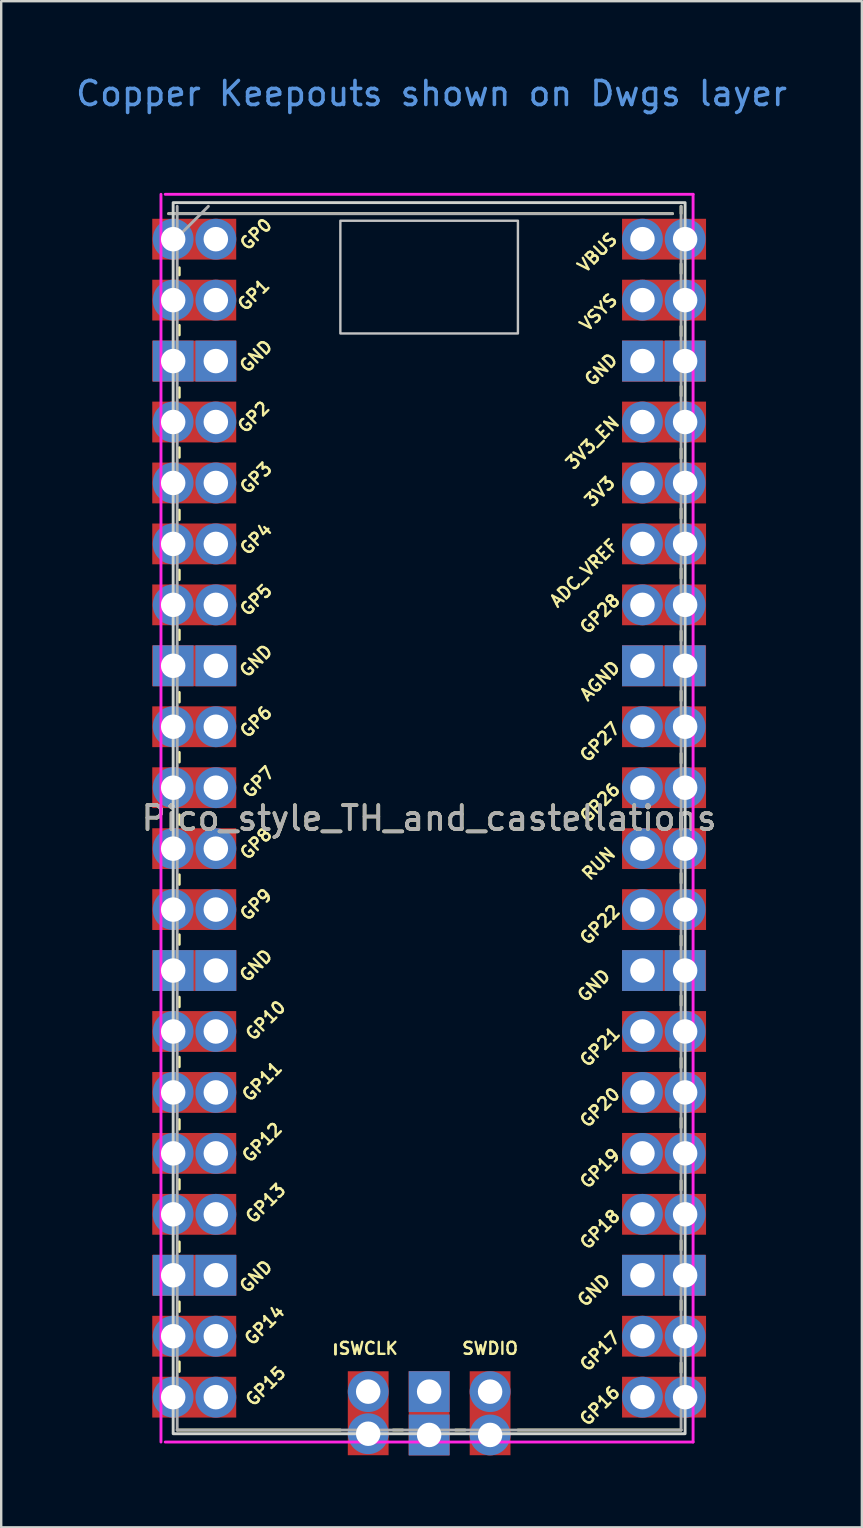
<source format=kicad_pcb>
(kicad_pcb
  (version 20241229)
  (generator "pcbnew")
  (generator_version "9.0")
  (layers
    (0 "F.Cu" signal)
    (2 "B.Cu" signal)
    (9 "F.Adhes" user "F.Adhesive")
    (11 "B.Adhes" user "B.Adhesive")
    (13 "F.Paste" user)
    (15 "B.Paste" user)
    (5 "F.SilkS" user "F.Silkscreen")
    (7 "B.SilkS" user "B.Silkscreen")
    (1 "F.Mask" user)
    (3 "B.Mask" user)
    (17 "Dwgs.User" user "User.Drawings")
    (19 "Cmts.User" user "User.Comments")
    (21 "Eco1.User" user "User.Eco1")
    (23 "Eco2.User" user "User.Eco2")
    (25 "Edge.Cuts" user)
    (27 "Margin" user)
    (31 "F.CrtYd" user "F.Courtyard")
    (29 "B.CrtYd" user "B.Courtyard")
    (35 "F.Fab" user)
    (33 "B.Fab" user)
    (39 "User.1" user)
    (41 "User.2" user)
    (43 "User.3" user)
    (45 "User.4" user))
  (footprint "Pico_style_TH_and_castellations"
    (layer "F.Cu")
    (at 14.835 31.048)
    (property "Reference" "Pico_style_TH_and_castellations" (at 0 0 0) (layer "F.SilkS") (effects (font (size 1 1) (thickness 0.15))))
    (attr through_hole)
    (fp_line (start -10.857 -25.195) (end 10.143 -25.195) (stroke (width 0.12) (type solid)) (layer "F.SilkS"))
    (fp_line (start -10.414 -22.94) (end -10.414 -22.64) (stroke (width 0.12) (type solid)) (layer "F.SilkS"))
    (fp_line (start -10.414 -20.54) (end -10.414 -20.14) (stroke (width 0.12) (type solid)) (layer "F.SilkS"))
    (fp_line (start -10.414 -17.94) (end -10.414 -17.54) (stroke (width 0.12) (type solid)) (layer "F.SilkS"))
    (fp_line (start -10.414 -15.44) (end -10.414 -15.04) (stroke (width 0.12) (type solid)) (layer "F.SilkS"))
    (fp_line (start -10.414 -12.84) (end -10.414 -12.44) (stroke (width 0.12) (type solid)) (layer "F.SilkS"))
    (fp_line (start -10.414 -10.34) (end -10.414 -9.94) (stroke (width 0.12) (type solid)) (layer "F.SilkS"))
    (fp_line (start -10.414 -7.84) (end -10.414 -7.44) (stroke (width 0.12) (type solid)) (layer "F.SilkS"))
    (fp_line (start -10.414 -5.24) (end -10.414 -4.84) (stroke (width 0.12) (type solid)) (layer "F.SilkS"))
    (fp_line (start -10.414 -2.74) (end -10.414 -2.34) (stroke (width 0.12) (type solid)) (layer "F.SilkS"))
    (fp_line (start -10.414 -0.14) (end -10.414 0.26) (stroke (width 0.12) (type solid)) (layer "F.SilkS"))
    (fp_line (start -10.414 2.36) (end -10.414 2.76) (stroke (width 0.12) (type solid)) (layer "F.SilkS"))
    (fp_line (start -10.414 4.86) (end -10.414 5.26) (stroke (width 0.12) (type solid)) (layer "F.SilkS"))
    (fp_line (start -10.414 7.46) (end -10.414 7.86) (stroke (width 0.12) (type solid)) (layer "F.SilkS"))
    (fp_line (start -10.414 9.96) (end -10.414 10.36) (stroke (width 0.12) (type solid)) (layer "F.SilkS"))
    (fp_line (start -10.414 12.56) (end -10.414 12.96) (stroke (width 0.12) (type solid)) (layer "F.SilkS"))
    (fp_line (start -10.414 15.06) (end -10.414 15.46) (stroke (width 0.12) (type solid)) (layer "F.SilkS"))
    (fp_line (start -10.414 17.66) (end -10.414 18.06) (stroke (width 0.12) (type solid)) (layer "F.SilkS"))
    (fp_line (start -10.414 20.16) (end -10.414 20.56) (stroke (width 0.12) (type solid)) (layer "F.SilkS"))
    (fp_line (start -10.414 22.66) (end -10.414 23.06) (stroke (width 0.12) (type solid)) (layer "F.SilkS"))
    (fp_line (start -3.904 21.938) (end -3.904 22.338) (stroke (width 0.12) (type solid)) (layer "F.SilkS"))
    (fp_line (start -3.7 25.5) (end -10.5 25.5) (stroke (width 0.12) (type solid)) (layer "F.SilkS"))
    (fp_line (start -1.5 25.5) (end -1.1 25.5) (stroke (width 0.12) (type solid)) (layer "F.SilkS"))
    (fp_line (start 1.1 25.5) (end 1.5 25.5) (stroke (width 0.12) (type solid)) (layer "F.SilkS"))
    (fp_line (start 10.5 -25.5) (end 10.5 -25.2) (stroke (width 0.12) (type solid)) (layer "F.SilkS"))
    (fp_line (start 10.5 -23.1) (end 10.5 -22.7) (stroke (width 0.12) (type solid)) (layer "F.SilkS"))
    (fp_line (start 10.5 -20.5) (end 10.5 -20.1) (stroke (width 0.12) (type solid)) (layer "F.SilkS"))
    (fp_line (start 10.5 -18) (end 10.5 -17.6) (stroke (width 0.12) (type solid)) (layer "F.SilkS"))
    (fp_line (start 10.5 -15.4) (end 10.5 -15) (stroke (width 0.12) (type solid)) (layer "F.SilkS"))
    (fp_line (start 10.5 -12.9) (end 10.5 -12.5) (stroke (width 0.12) (type solid)) (layer "F.SilkS"))
    (fp_line (start 10.5 -10.4) (end 10.5 -10) (stroke (width 0.12) (type solid)) (layer "F.SilkS"))
    (fp_line (start 10.5 -7.8) (end 10.5 -7.4) (stroke (width 0.12) (type solid)) (layer "F.SilkS"))
    (fp_line (start 10.5 -5.3) (end 10.5 -4.9) (stroke (width 0.12) (type solid)) (layer "F.SilkS"))
    (fp_line (start 10.5 -2.7) (end 10.5 -2.3) (stroke (width 0.12) (type solid)) (layer "F.SilkS"))
    (fp_line (start 10.5 -0.2) (end 10.5 0.2) (stroke (width 0.12) (type solid)) (layer "F.SilkS"))
    (fp_line (start 10.5 2.3) (end 10.5 2.7) (stroke (width 0.12) (type solid)) (layer "F.SilkS"))
    (fp_line (start 10.5 4.9) (end 10.5 5.3) (stroke (width 0.12) (type solid)) (layer "F.SilkS"))
    (fp_line (start 10.5 7.4) (end 10.5 7.8) (stroke (width 0.12) (type solid)) (layer "F.SilkS"))
    (fp_line (start 10.5 10) (end 10.5 10.4) (stroke (width 0.12) (type solid)) (layer "F.SilkS"))
    (fp_line (start 10.5 12.5) (end 10.5 12.9) (stroke (width 0.12) (type solid)) (layer "F.SilkS"))
    (fp_line (start 10.5 15.1) (end 10.5 15.5) (stroke (width 0.12) (type solid)) (layer "F.SilkS"))
    (fp_line (start 10.5 17.6) (end 10.5 18) (stroke (width 0.12) (type solid)) (layer "F.SilkS"))
    (fp_line (start 10.5 20.1) (end 10.5 20.5) (stroke (width 0.12) (type solid)) (layer "F.SilkS"))
    (fp_line (start 10.5 22.7) (end 10.5 23.1) (stroke (width 0.12) (type solid)) (layer "F.SilkS"))
    (fp_line (start 10.5 25.5) (end 3.7 25.5) (stroke (width 0.12) (type solid)) (layer "F.SilkS"))
    (fp_poly (pts (xy 3.7 -20.2) (xy -3.7 -20.2) (xy -3.7 -24.9) (xy 3.7 -24.9)) (stroke (width 0.1) (type solid)) (fill no) (layer "Dwgs.User"))
    (fp_rect (start 10.668 -25.654) (end -10.668 25.654) (stroke (width 0.12) (type solid)) (fill no) (layer "Edge.Cuts"))
    (fp_line (start -11.176 26) (end -11.176 -26) (stroke (width 0.12) (type solid)) (layer "F.CrtYd"))
    (fp_line (start -11 -26) (end 11 -26) (stroke (width 0.12) (type solid)) (layer "F.CrtYd"))
    (fp_line (start 11 -26) (end 11 26) (stroke (width 0.12) (type solid)) (layer "F.CrtYd"))
    (fp_line (start 11 26) (end -11 26) (stroke (width 0.12) (type solid)) (layer "F.CrtYd"))
    (fp_line (start -10.857 -25.195) (end 10.143 -25.195) (stroke (width 0.12) (type solid)) (layer "F.Fab"))
    (fp_line (start -10.5 -24.2) (end -9.2 -25.5) (stroke (width 0.12) (type solid)) (layer "F.Fab"))
    (fp_line (start -10.5 25.5) (end -10.5 -25.5) (stroke (width 0.12) (type solid)) (layer "F.Fab"))
    (fp_line (start 10.5 -25.5) (end 10.5 25.5) (stroke (width 0.12) (type solid)) (layer "F.Fab"))
    (fp_line (start 10.5 25.5) (end -10.5 25.5) (stroke (width 0.12) (type solid)) (layer "F.Fab"))
    (fp_text user "GND" (at 7.163 -18.694 45) (layer "F.SilkS") (effects (font (size 0.5 0.5) (thickness 0.1))))
    (fp_text user "GP6" (at -7.215 -4.013 45) (layer "F.SilkS") (effects (font (size 0.5 0.5) (thickness 0.1))))
    (fp_text user "ADC_VREF" (at 6.452 -10.211 45) (layer "F.SilkS") (effects (font (size 0.5 0.5) (thickness 0.1))))
    (fp_text user "GP16" (at 7.112 24.486 45) (layer "F.SilkS") (effects (font (size 0.5 0.5) (thickness 0.1))))
    (fp_text user "GND" (at 6.866 19.679 45) (layer "F.SilkS") (effects (font (size 0.5 0.5) (thickness 0.1))))
    (fp_text user "GP8" (at -7.215 1.067 45) (layer "F.SilkS") (effects (font (size 0.5 0.5) (thickness 0.1))))
    (fp_text user "GP10" (at -6.815 8.433 45) (layer "F.SilkS") (effects (font (size 0.5 0.5) (thickness 0.1))))
    (fp_text user "GP5" (at -7.215 -9.093 45) (layer "F.SilkS") (effects (font (size 0.5 0.5) (thickness 0.1))))
    (fp_text user "GP1" (at -7.315 -21.803 45) (layer "F.SilkS") (effects (font (size 0.5 0.5) (thickness 0.1))))
    (fp_text user "GP14" (at -6.861 21.133 45) (layer "F.SilkS") (effects (font (size 0.5 0.5) (thickness 0.1))))
    (fp_text user "GP13" (at -6.815 16.053 45) (layer "F.SilkS") (effects (font (size 0.5 0.5) (thickness 0.1))))
    (fp_text user "GP2" (at -7.315 -16.713 45) (layer "F.SilkS") (effects (font (size 0.5 0.5) (thickness 0.1))))
    (fp_text user "GP28" (at 7.12 -8.515 45) (layer "F.SilkS") (effects (font (size 0.5 0.5) (thickness 0.1))))
    (fp_text user "GP12" (at -6.961 13.513 45) (layer "F.SilkS") (effects (font (size 0.5 0.5) (thickness 0.1))))
    (fp_text user "GND" (at 6.866 6.979 45) (layer "F.SilkS") (effects (font (size 0.5 0.5) (thickness 0.1))))
    (fp_text user "RUN" (at 7.066 1.899 45) (layer "F.SilkS") (effects (font (size 0.5 0.5) (thickness 0.1))))
    (fp_text user "GP19" (at 7.12 14.599 45) (layer "F.SilkS") (effects (font (size 0.5 0.5) (thickness 0.1))))
    (fp_text user "GP21" (at 7.12 9.529 45) (layer "F.SilkS") (effects (font (size 0.5 0.5) (thickness 0.1))))
    (fp_text user "SWCLK" (at -2.54 22.098 0) (layer "F.SilkS") (effects (font (size 0.5 0.5) (thickness 0.1))))
    (fp_text user "3V3_EN" (at 6.807 -15.646 45) (layer "F.SilkS") (effects (font (size 0.5 0.5) (thickness 0.1))))
    (fp_text user "GP4" (at -7.215 -11.633 45) (layer "F.SilkS") (effects (font (size 0.5 0.5) (thickness 0.1))))
    (fp_text user "GP9" (at -7.215 3.607 45) (layer "F.SilkS") (effects (font (size 0.5 0.5) (thickness 0.1))))
    (fp_text user "GP7" (at -7.115 -1.503 45) (layer "F.SilkS") (effects (font (size 0.5 0.5) (thickness 0.1))))
    (fp_text user "GP17" (at 7.12 22.219 45) (layer "F.SilkS") (effects (font (size 0.5 0.5) (thickness 0.1))))
    (fp_text user "GP22" (at 7.12 4.439 45) (layer "F.SilkS") (effects (font (size 0.5 0.5) (thickness 0.1))))
    (fp_text user "GP11" (at -6.961 10.973 45) (layer "F.SilkS") (effects (font (size 0.5 0.5) (thickness 0.1))))
    (fp_text user "GP20" (at 7.12 12.059 45) (layer "F.SilkS") (effects (font (size 0.5 0.5) (thickness 0.1))))
    (fp_text user "GP27" (at 7.12 -3.171 45) (layer "F.SilkS") (effects (font (size 0.5 0.5) (thickness 0.1))))
    (fp_text user "AGND" (at 7.12 -5.721 45) (layer "F.SilkS") (effects (font (size 0.5 0.5) (thickness 0.1))))
    (fp_text user "GND" (at -7.215 19.101 45) (layer "F.SilkS") (effects (font (size 0.5 0.5) (thickness 0.1))))
    (fp_text user "GND" (at -7.215 6.147 45) (layer "F.SilkS") (effects (font (size 0.5 0.5) (thickness 0.1))))
    (fp_text user "SWDIO" (at 2.54 22.098 0) (layer "F.SilkS") (effects (font (size 0.5 0.5) (thickness 0.1))))
    (fp_text user "GND" (at -7.215 -19.253 45) (layer "F.SilkS") (effects (font (size 0.5 0.5) (thickness 0.1))))
    (fp_text user "VSYS" (at 7.061 -21.082 45) (layer "F.SilkS") (effects (font (size 0.5 0.5) (thickness 0.1))))
    (fp_text user "GP15" (at -6.815 23.673 45) (layer "F.SilkS") (effects (font (size 0.5 0.5) (thickness 0.1))))
    (fp_text user "GP18" (at 7.12 17.139 45) (layer "F.SilkS") (effects (font (size 0.5 0.5) (thickness 0.1))))
    (fp_text user "GP26" (at 7.12 -0.641 45) (layer "F.SilkS") (effects (font (size 0.5 0.5) (thickness 0.1))))
    (fp_text user "GP0" (at -7.215 -24.333 45) (layer "F.SilkS") (effects (font (size 0.5 0.5) (thickness 0.1))))
    (fp_text user "VBUS" (at 7.01 -23.571 45) (layer "F.SilkS") (effects (font (size 0.5 0.5) (thickness 0.1))))
    (fp_text user "GND" (at -7.215 -6.553 45) (layer "F.SilkS") (effects (font (size 0.5 0.5) (thickness 0.1))))
    (fp_text user "GP3" (at -7.215 -14.173 45) (layer "F.SilkS") (effects (font (size 0.5 0.5) (thickness 0.1))))
    (fp_text user "3V3" (at 7.112 -13.614 45) (layer "F.SilkS") (effects (font (size 0.5 0.5) (thickness 0.1))))
    (fp_text user "Copper Keepouts shown on Dwgs layer" (at 0.1 -30.2 0) (layer "Cmts.User") (effects (font (size 1 1) (thickness 0.15))))
    (fp_text user "${REFERENCE}" (at 0 0 180) (layer "F.Fab") (effects (font (size 1 1) (thickness 0.15))))
    (pad "1" thru_hole oval (at -10.668 -24.13) (size 1.7 1.7) (drill 1.02) (property pad_prop_castellated) (layers "*.Cu" "*.Mask"))
    (pad "1" thru_hole oval (at -8.89 -24.13) (size 1.7 1.7) (drill 1.02) (layers "*.Cu" "*.Mask"))
    (pad "1" smd rect (at -8.89 -24.13) (size 3.5 1.7) (drill (offset -0.9 0)) (layers "F.Cu" "F.Mask"))
    (pad "2" thru_hole oval (at -10.668 -21.59) (size 1.7 1.7) (drill 1.02) (property pad_prop_castellated) (layers "*.Cu" "*.Mask"))
    (pad "2" thru_hole oval (at -8.89 -21.59) (size 1.7 1.7) (drill 1.02) (layers "*.Cu" "*.Mask"))
    (pad "2" smd rect (at -8.89 -21.59) (size 3.5 1.7) (drill (offset -0.9 0)) (layers "F.Cu" "F.Mask"))
    (pad "3" thru_hole rect (at -10.668 -19.05) (size 1.7 1.7) (drill 1.02) (layers "*.Cu" "*.Mask"))
    (pad "3" thru_hole rect (at -8.89 -19.05) (size 1.7 1.7) (drill 1.02) (layers "*.Cu" "*.Mask"))
    (pad "3" smd rect (at -8.89 -19.05) (size 3.5 1.7) (drill (offset -0.9 0)) (layers "F.Cu" "F.Mask"))
    (pad "4" thru_hole oval (at -10.668 -16.51) (size 1.7 1.7) (drill 1.02) (layers "*.Cu" "*.Mask"))
    (pad "4" thru_hole oval (at -8.89 -16.51) (size 1.7 1.7) (drill 1.02) (layers "*.Cu" "*.Mask"))
    (pad "4" smd rect (at -8.89 -16.51) (size 3.5 1.7) (drill (offset -0.9 0)) (layers "F.Cu" "F.Mask"))
    (pad "5" thru_hole oval (at -10.668 -13.97) (size 1.7 1.7) (drill 1.02) (layers "*.Cu" "*.Mask"))
    (pad "5" thru_hole oval (at -8.89 -13.97) (size 1.7 1.7) (drill 1.02) (layers "*.Cu" "*.Mask"))
    (pad "5" smd rect (at -8.89 -13.97) (size 3.5 1.7) (drill (offset -0.9 0)) (layers "F.Cu" "F.Mask"))
    (pad "6" thru_hole oval (at -10.668 -11.43) (size 1.7 1.7) (drill 1.02) (layers "*.Cu" "*.Mask"))
    (pad "6" thru_hole oval (at -8.89 -11.43) (size 1.7 1.7) (drill 1.02) (layers "*.Cu" "*.Mask"))
    (pad "6" smd rect (at -8.89 -11.43) (size 3.5 1.7) (drill (offset -0.9 0)) (layers "F.Cu" "F.Mask"))
    (pad "7" thru_hole oval (at -10.668 -8.89) (size 1.7 1.7) (drill 1.02) (layers "*.Cu" "*.Mask"))
    (pad "7" thru_hole oval (at -8.89 -8.89) (size 1.7 1.7) (drill 1.02) (layers "*.Cu" "*.Mask"))
    (pad "7" smd rect (at -8.89 -8.89) (size 3.5 1.7) (drill (offset -0.9 0)) (layers "F.Cu" "F.Mask"))
    (pad "8" thru_hole rect (at -10.668 -6.35) (size 1.7 1.7) (drill 1.02) (layers "*.Cu" "*.Mask"))
    (pad "8" thru_hole rect (at -8.89 -6.35) (size 1.7 1.7) (drill 1.02) (layers "*.Cu" "*.Mask"))
    (pad "8" smd rect (at -8.89 -6.35) (size 3.5 1.7) (drill (offset -0.9 0)) (layers "F.Cu" "F.Mask"))
    (pad "9" thru_hole oval (at -10.668 -3.81) (size 1.7 1.7) (drill 1.02) (layers "*.Cu" "*.Mask"))
    (pad "9" thru_hole oval (at -8.89 -3.81) (size 1.7 1.7) (drill 1.02) (layers "*.Cu" "*.Mask"))
    (pad "9" smd rect (at -8.89 -3.81) (size 3.5 1.7) (drill (offset -0.9 0)) (layers "F.Cu" "F.Mask"))
    (pad "10" thru_hole oval (at -10.668 -1.27) (size 1.7 1.7) (drill 1.02) (layers "*.Cu" "*.Mask"))
    (pad "10" thru_hole oval (at -8.89 -1.27) (size 1.7 1.7) (drill 1.02) (layers "*.Cu" "*.Mask"))
    (pad "10" smd rect (at -8.89 -1.27) (size 3.5 1.7) (drill (offset -0.9 0)) (layers "F.Cu" "F.Mask"))
    (pad "11" thru_hole oval (at -10.668 1.27) (size 1.7 1.7) (drill 1.02) (layers "*.Cu" "*.Mask"))
    (pad "11" thru_hole oval (at -8.89 1.27) (size 1.7 1.7) (drill 1.02) (layers "*.Cu" "*.Mask"))
    (pad "11" smd rect (at -8.89 1.27) (size 3.5 1.7) (drill (offset -0.9 0)) (layers "F.Cu" "F.Mask"))
    (pad "12" thru_hole oval (at -10.668 3.81) (size 1.7 1.7) (drill 1.02) (layers "*.Cu" "*.Mask"))
    (pad "12" thru_hole oval (at -8.89 3.81) (size 1.7 1.7) (drill 1.02) (layers "*.Cu" "*.Mask"))
    (pad "12" smd rect (at -8.89 3.81) (size 3.5 1.7) (drill (offset -0.9 0)) (layers "F.Cu" "F.Mask"))
    (pad "13" thru_hole rect (at -10.668 6.35) (size 1.7 1.7) (drill 1.02) (layers "*.Cu" "*.Mask"))
    (pad "13" thru_hole rect (at -8.89 6.35) (size 1.7 1.7) (drill 1.02) (layers "*.Cu" "*.Mask"))
    (pad "13" smd rect (at -8.89 6.35) (size 3.5 1.7) (drill (offset -0.9 0)) (layers "F.Cu" "F.Mask"))
    (pad "14" thru_hole oval (at -10.668 8.89) (size 1.7 1.7) (drill 1.02) (layers "*.Cu" "*.Mask"))
    (pad "14" thru_hole oval (at -8.89 8.89) (size 1.7 1.7) (drill 1.02) (layers "*.Cu" "*.Mask"))
    (pad "14" smd rect (at -8.89 8.89) (size 3.5 1.7) (drill (offset -0.9 0)) (layers "F.Cu" "F.Mask"))
    (pad "15" thru_hole oval (at -10.668 11.43) (size 1.7 1.7) (drill 1.02) (layers "*.Cu" "*.Mask"))
    (pad "15" thru_hole oval (at -8.89 11.43) (size 1.7 1.7) (drill 1.02) (layers "*.Cu" "*.Mask"))
    (pad "15" smd rect (at -8.89 11.43) (size 3.5 1.7) (drill (offset -0.9 0)) (layers "F.Cu" "F.Mask"))
    (pad "16" thru_hole oval (at -10.668 13.97) (size 1.7 1.7) (drill 1.02) (layers "*.Cu" "*.Mask"))
    (pad "16" thru_hole oval (at -8.89 13.97) (size 1.7 1.7) (drill 1.02) (layers "*.Cu" "*.Mask"))
    (pad "16" smd rect (at -8.89 13.97) (size 3.5 1.7) (drill (offset -0.9 0)) (layers "F.Cu" "F.Mask"))
    (pad "17" thru_hole oval (at -10.668 16.51) (size 1.7 1.7) (drill 1.02) (layers "*.Cu" "*.Mask"))
    (pad "17" thru_hole oval (at -8.89 16.51) (size 1.7 1.7) (drill 1.02) (layers "*.Cu" "*.Mask"))
    (pad "17" smd rect (at -8.89 16.51) (size 3.5 1.7) (drill (offset -0.9 0)) (layers "F.Cu" "F.Mask"))
    (pad "18" thru_hole rect (at -10.668 19.05) (size 1.7 1.7) (drill 1.02) (layers "*.Cu" "*.Mask"))
    (pad "18" thru_hole rect (at -8.89 19.05) (size 1.7 1.7) (drill 1.02) (layers "*.Cu" "*.Mask"))
    (pad "18" smd rect (at -8.89 19.05) (size 3.5 1.7) (drill (offset -0.9 0)) (layers "F.Cu" "F.Mask"))
    (pad "19" thru_hole oval (at -10.668 21.59) (size 1.7 1.7) (drill 1.02) (layers "*.Cu" "*.Mask"))
    (pad "19" thru_hole oval (at -8.89 21.59) (size 1.7 1.7) (drill 1.02) (layers "*.Cu" "*.Mask"))
    (pad "19" smd rect (at -8.89 21.59) (size 3.5 1.7) (drill (offset -0.9 0)) (layers "F.Cu" "F.Mask"))
    (pad "20" thru_hole oval (at -10.668 24.13) (size 1.7 1.7) (drill 1.02) (layers "*.Cu" "*.Mask"))
    (pad "20" thru_hole oval (at -8.89 24.13) (size 1.7 1.7) (drill 1.02) (layers "*.Cu" "*.Mask"))
    (pad "20" smd rect (at -8.89 24.13) (size 3.5 1.7) (drill (offset -0.9 0)) (layers "F.Cu" "F.Mask"))
    (pad "21" thru_hole oval (at 8.89 24.13) (size 1.7 1.7) (drill 1.02) (layers "*.Cu" "*.Mask"))
    (pad "21" smd rect (at 8.89 24.13) (size 3.5 1.7) (drill (offset 0.9 0)) (layers "F.Cu" "F.Mask"))
    (pad "21" thru_hole oval (at 10.668 24.13) (size 1.7 1.7) (drill 1.02) (layers "*.Cu" "*.Mask"))
    (pad "22" thru_hole oval (at 8.89 21.59) (size 1.7 1.7) (drill 1.02) (layers "*.Cu" "*.Mask"))
    (pad "22" smd rect (at 8.89 21.59) (size 3.5 1.7) (drill (offset 0.9 0)) (layers "F.Cu" "F.Mask"))
    (pad "22" thru_hole oval (at 10.668 21.59) (size 1.7 1.7) (drill 1.02) (layers "*.Cu" "*.Mask"))
    (pad "23" thru_hole rect (at 8.89 19.05) (size 1.7 1.7) (drill 1.02) (layers "*.Cu" "*.Mask"))
    (pad "23" smd rect (at 8.89 19.05) (size 3.5 1.7) (drill (offset 0.9 0)) (layers "F.Cu" "F.Mask"))
    (pad "23" thru_hole rect (at 10.668 19.05) (size 1.7 1.7) (drill 1.02) (layers "*.Cu" "*.Mask"))
    (pad "24" thru_hole oval (at 8.89 16.51) (size 1.7 1.7) (drill 1.02) (layers "*.Cu" "*.Mask"))
    (pad "24" smd rect (at 8.89 16.51) (size 3.5 1.7) (drill (offset 0.9 0)) (layers "F.Cu" "F.Mask"))
    (pad "24" thru_hole oval (at 10.668 16.51) (size 1.7 1.7) (drill 1.02) (layers "*.Cu" "*.Mask"))
    (pad "25" thru_hole oval (at 8.89 13.97) (size 1.7 1.7) (drill 1.02) (layers "*.Cu" "*.Mask"))
    (pad "25" smd rect (at 8.89 13.97) (size 3.5 1.7) (drill (offset 0.9 0)) (layers "F.Cu" "F.Mask"))
    (pad "25" thru_hole oval (at 10.668 13.97) (size 1.7 1.7) (drill 1.02) (layers "*.Cu" "*.Mask"))
    (pad "26" thru_hole oval (at 8.89 11.43) (size 1.7 1.7) (drill 1.02) (layers "*.Cu" "*.Mask"))
    (pad "26" smd rect (at 8.89 11.43) (size 3.5 1.7) (drill (offset 0.9 0)) (layers "F.Cu" "F.Mask"))
    (pad "26" thru_hole oval (at 10.668 11.43) (size 1.7 1.7) (drill 1.02) (layers "*.Cu" "*.Mask"))
    (pad "27" thru_hole oval (at 8.89 8.89) (size 1.7 1.7) (drill 1.02) (layers "*.Cu" "*.Mask"))
    (pad "27" smd rect (at 8.89 8.89) (size 3.5 1.7) (drill (offset 0.9 0)) (layers "F.Cu" "F.Mask"))
    (pad "27" thru_hole oval (at 10.668 8.89) (size 1.7 1.7) (drill 1.02) (layers "*.Cu" "*.Mask"))
    (pad "28" thru_hole rect (at 8.89 6.35) (size 1.7 1.7) (drill 1.02) (layers "*.Cu" "*.Mask"))
    (pad "28" smd rect (at 8.89 6.35) (size 3.5 1.7) (drill (offset 0.9 0)) (layers "F.Cu" "F.Mask"))
    (pad "28" thru_hole rect (at 10.668 6.35) (size 1.7 1.7) (drill 1.02) (layers "*.Cu" "*.Mask"))
    (pad "29" thru_hole oval (at 8.89 3.81) (size 1.7 1.7) (drill 1.02) (layers "*.Cu" "*.Mask"))
    (pad "29" smd rect (at 8.89 3.81) (size 3.5 1.7) (drill (offset 0.9 0)) (layers "F.Cu" "F.Mask"))
    (pad "29" thru_hole oval (at 10.668 3.81) (size 1.7 1.7) (drill 1.02) (layers "*.Cu" "*.Mask"))
    (pad "30" thru_hole oval (at 8.89 1.27) (size 1.7 1.7) (drill 1.02) (layers "*.Cu" "*.Mask"))
    (pad "30" smd rect (at 8.89 1.27) (size 3.5 1.7) (drill (offset 0.9 0)) (layers "F.Cu" "F.Mask"))
    (pad "30" thru_hole oval (at 10.668 1.27) (size 1.7 1.7) (drill 1.02) (layers "*.Cu" "*.Mask"))
    (pad "31" thru_hole oval (at 8.89 -1.27) (size 1.7 1.7) (drill 1.02) (layers "*.Cu" "*.Mask"))
    (pad "31" smd rect (at 8.89 -1.27) (size 3.5 1.7) (drill (offset 0.9 0)) (layers "F.Cu" "F.Mask"))
    (pad "31" thru_hole oval (at 10.668 -1.27) (size 1.7 1.7) (drill 1.02) (layers "*.Cu" "*.Mask"))
    (pad "32" thru_hole oval (at 8.89 -3.81) (size 1.7 1.7) (drill 1.02) (layers "*.Cu" "*.Mask"))
    (pad "32" smd rect (at 8.89 -3.81) (size 3.5 1.7) (drill (offset 0.9 0)) (layers "F.Cu" "F.Mask"))
    (pad "32" thru_hole oval (at 10.668 -3.81) (size 1.7 1.7) (drill 1.02) (layers "*.Cu" "*.Mask"))
    (pad "33" thru_hole rect (at 8.89 -6.35) (size 1.7 1.7) (drill 1.02) (layers "*.Cu" "*.Mask"))
    (pad "33" smd rect (at 8.89 -6.35) (size 3.5 1.7) (drill (offset 0.9 0)) (layers "F.Cu" "F.Mask"))
    (pad "33" thru_hole rect (at 10.668 -6.35) (size 1.7 1.7) (drill 1.02) (layers "*.Cu" "*.Mask"))
    (pad "34" thru_hole oval (at 8.89 -8.89) (size 1.7 1.7) (drill 1.02) (layers "*.Cu" "*.Mask"))
    (pad "34" smd rect (at 8.89 -8.89) (size 3.5 1.7) (drill (offset 0.9 0)) (layers "F.Cu" "F.Mask"))
    (pad "34" thru_hole oval (at 10.668 -8.89) (size 1.7 1.7) (drill 1.02) (layers "*.Cu" "*.Mask"))
    (pad "35" thru_hole oval (at 8.89 -11.43) (size 1.7 1.7) (drill 1.02) (layers "*.Cu" "*.Mask"))
    (pad "35" smd rect (at 8.89 -11.43) (size 3.5 1.7) (drill (offset 0.9 0)) (layers "F.Cu" "F.Mask"))
    (pad "35" thru_hole oval (at 10.668 -11.43) (size 1.7 1.7) (drill 1.02) (layers "*.Cu" "*.Mask"))
    (pad "36" thru_hole oval (at 8.89 -13.97) (size 1.7 1.7) (drill 1.02) (layers "*.Cu" "*.Mask"))
    (pad "36" smd rect (at 8.89 -13.97) (size 3.5 1.7) (drill (offset 0.9 0)) (layers "F.Cu" "F.Mask"))
    (pad "36" thru_hole oval (at 10.668 -13.97) (size 1.7 1.7) (drill 1.02) (layers "*.Cu" "*.Mask"))
    (pad "37" thru_hole oval (at 8.89 -16.51) (size 1.7 1.7) (drill 1.02) (layers "*.Cu" "*.Mask"))
    (pad "37" smd rect (at 8.89 -16.51) (size 3.5 1.7) (drill (offset 0.9 0)) (layers "F.Cu" "F.Mask"))
    (pad "37" thru_hole oval (at 10.668 -16.51) (size 1.7 1.7) (drill 1.02) (layers "*.Cu" "*.Mask"))
    (pad "38" thru_hole rect (at 8.89 -19.05) (size 1.7 1.7) (drill 1.02) (layers "*.Cu" "*.Mask"))
    (pad "38" smd rect (at 8.89 -19.05) (size 3.5 1.7) (drill (offset 0.9 0)) (layers "F.Cu" "F.Mask"))
    (pad "38" thru_hole rect (at 10.668 -19.05) (size 1.7 1.7) (drill 1.02) (layers "*.Cu" "*.Mask"))
    (pad "39" thru_hole oval (at 8.89 -21.59) (size 1.7 1.7) (drill 1.02) (layers "*.Cu" "*.Mask"))
    (pad "39" smd rect (at 8.89 -21.59) (size 3.5 1.7) (drill (offset 0.9 0)) (layers "F.Cu" "F.Mask"))
    (pad "39" thru_hole oval (at 10.668 -21.59) (size 1.7 1.7) (drill 1.02) (layers "*.Cu" "*.Mask"))
    (pad "40" thru_hole oval (at 8.89 -24.13) (size 1.7 1.7) (drill 1.02) (layers "*.Cu" "*.Mask"))
    (pad "40" smd rect (at 8.89 -24.13) (size 3.5 1.7) (drill (offset 0.9 0)) (layers "F.Cu" "F.Mask"))
    (pad "40" thru_hole oval (at 10.668 -24.13) (size 1.7 1.7) (drill 1.02) (layers "*.Cu" "*.Mask"))
    (pad "41" thru_hole oval (at -2.54 23.9) (size 1.7 1.7) (drill 1.02) (layers "*.Cu" "*.Mask"))
    (pad "41" smd rect (at -2.54 23.9 90) (size 3.5 1.7) (drill (offset -0.9 0)) (layers "F.Cu" "F.Mask"))
    (pad "41" thru_hole oval (at -2.54 25.654) (size 1.7 1.7) (drill 1.02) (layers "*.Cu" "*.Mask"))
    (pad "42" thru_hole rect (at 0 23.9) (size 1.7 1.7) (drill 1.02) (layers "*.Cu" "*.Mask"))
    (pad "42" smd rect (at 0 23.9 90) (size 3.5 1.7) (drill (offset -0.9 0)) (layers "F.Cu" "F.Mask"))
    (pad "42" thru_hole rect (at 0 25.705) (size 1.7 1.7) (drill 1.02) (layers "*.Cu" "*.Mask"))
    (pad "43" thru_hole oval (at 2.54 23.9) (size 1.7 1.7) (drill 1.02) (layers "*.Cu" "*.Mask"))
    (pad "43" smd rect (at 2.54 23.9 90) (size 3.5 1.7) (drill (offset -0.9 0)) (layers "F.Cu" "F.Mask"))
    (pad "43" thru_hole oval (at 2.54 25.705) (size 1.7 1.7) (drill 1.02) (layers "*.Cu" "*.Mask")))
  (gr_rect
    (start -3 -3)
    (end 32.869 60.603)
    (stroke (width 0.1) (type default))
    (fill no)
    (layer "Edge.Cuts")))
</source>
